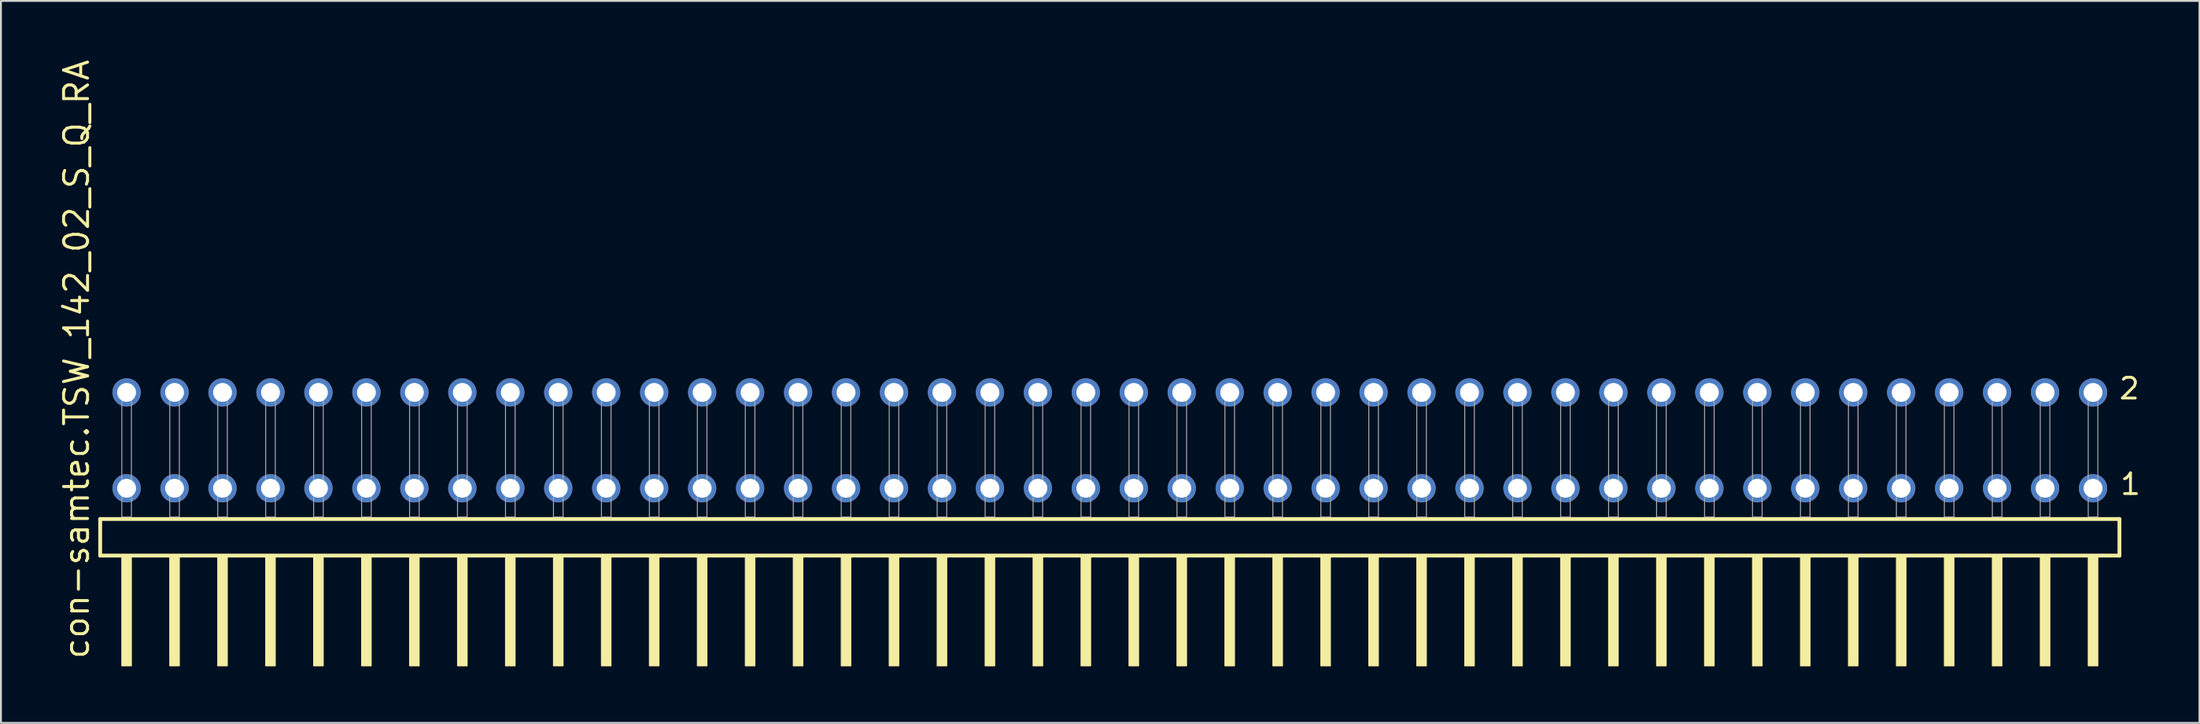
<source format=kicad_pcb>
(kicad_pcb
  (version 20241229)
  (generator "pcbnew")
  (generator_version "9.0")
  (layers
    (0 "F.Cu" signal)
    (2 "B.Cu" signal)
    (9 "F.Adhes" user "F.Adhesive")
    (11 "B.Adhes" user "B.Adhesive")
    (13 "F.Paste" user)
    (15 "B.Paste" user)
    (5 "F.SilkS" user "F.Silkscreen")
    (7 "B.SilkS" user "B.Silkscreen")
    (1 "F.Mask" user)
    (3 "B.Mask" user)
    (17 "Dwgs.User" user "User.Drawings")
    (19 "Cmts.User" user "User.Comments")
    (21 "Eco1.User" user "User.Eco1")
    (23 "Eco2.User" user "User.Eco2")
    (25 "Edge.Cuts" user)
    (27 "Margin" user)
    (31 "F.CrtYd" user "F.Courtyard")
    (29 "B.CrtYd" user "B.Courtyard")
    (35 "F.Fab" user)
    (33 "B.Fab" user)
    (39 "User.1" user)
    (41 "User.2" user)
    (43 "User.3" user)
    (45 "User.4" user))
  (footprint "con-samtec.TSW_142_02_S_Q_RA"
    (layer "F.Cu")
    (at 55.725 24.356)
    (property "Reference" "con-samtec.TSW_142_02_S_Q_RA" (at -53.975 7.62 90) (layer "F.SilkS") (effects (font (size 1.27 1.27) (thickness 0.16)) (justify left bottom)))
    (attr through_hole)
    (fp_line (start -53.469 0.106) (end -53.469 2.046) (stroke (width 0.203) (type default)) (layer "F.SilkS"))
    (fp_line (start -53.469 2.046) (end 53.469 2.046) (stroke (width 0.203) (type default)) (layer "F.SilkS"))
    (fp_line (start 53.469 0.106) (end -53.469 0.106) (stroke (width 0.203) (type default)) (layer "F.SilkS"))
    (fp_line (start 53.469 2.046) (end 53.469 0.106) (stroke (width 0.203) (type default)) (layer "F.SilkS"))
    (fp_rect (start -52.324 7.89) (end -51.816 2.04) (stroke (width 0.05) (type default)) (fill yes) (layer "F.SilkS"))
    (fp_rect (start -49.784 7.89) (end -49.276 2.04) (stroke (width 0.05) (type default)) (fill yes) (layer "F.SilkS"))
    (fp_rect (start -47.244 7.89) (end -46.736 2.04) (stroke (width 0.05) (type default)) (fill yes) (layer "F.SilkS"))
    (fp_rect (start -44.704 7.89) (end -44.196 2.04) (stroke (width 0.05) (type default)) (fill yes) (layer "F.SilkS"))
    (fp_rect (start -42.164 7.89) (end -41.656 2.04) (stroke (width 0.05) (type default)) (fill yes) (layer "F.SilkS"))
    (fp_rect (start -39.624 7.89) (end -39.116 2.04) (stroke (width 0.05) (type default)) (fill yes) (layer "F.SilkS"))
    (fp_rect (start -37.084 7.89) (end -36.576 2.04) (stroke (width 0.05) (type default)) (fill yes) (layer "F.SilkS"))
    (fp_rect (start -34.544 7.89) (end -34.036 2.04) (stroke (width 0.05) (type default)) (fill yes) (layer "F.SilkS"))
    (fp_rect (start -32.004 7.89) (end -31.496 2.04) (stroke (width 0.05) (type default)) (fill yes) (layer "F.SilkS"))
    (fp_rect (start -29.464 7.89) (end -28.956 2.04) (stroke (width 0.05) (type default)) (fill yes) (layer "F.SilkS"))
    (fp_rect (start -26.924 7.89) (end -26.416 2.04) (stroke (width 0.05) (type default)) (fill yes) (layer "F.SilkS"))
    (fp_rect (start -24.384 7.89) (end -23.876 2.04) (stroke (width 0.05) (type default)) (fill yes) (layer "F.SilkS"))
    (fp_rect (start -21.844 7.89) (end -21.336 2.04) (stroke (width 0.05) (type default)) (fill yes) (layer "F.SilkS"))
    (fp_rect (start -19.304 7.89) (end -18.796 2.04) (stroke (width 0.05) (type default)) (fill yes) (layer "F.SilkS"))
    (fp_rect (start -16.764 7.89) (end -16.256 2.04) (stroke (width 0.05) (type default)) (fill yes) (layer "F.SilkS"))
    (fp_rect (start -14.224 7.89) (end -13.716 2.04) (stroke (width 0.05) (type default)) (fill yes) (layer "F.SilkS"))
    (fp_rect (start -11.684 7.89) (end -11.176 2.04) (stroke (width 0.05) (type default)) (fill yes) (layer "F.SilkS"))
    (fp_rect (start -9.144 7.89) (end -8.636 2.04) (stroke (width 0.05) (type default)) (fill yes) (layer "F.SilkS"))
    (fp_rect (start -6.604 7.89) (end -6.096 2.04) (stroke (width 0.05) (type default)) (fill yes) (layer "F.SilkS"))
    (fp_rect (start -4.064 7.89) (end -3.556 2.04) (stroke (width 0.05) (type default)) (fill yes) (layer "F.SilkS"))
    (fp_rect (start -1.524 7.89) (end -1.016 2.04) (stroke (width 0.05) (type default)) (fill yes) (layer "F.SilkS"))
    (fp_rect (start 1.016 7.89) (end 1.524 2.04) (stroke (width 0.05) (type default)) (fill yes) (layer "F.SilkS"))
    (fp_rect (start 3.556 7.89) (end 4.064 2.04) (stroke (width 0.05) (type default)) (fill yes) (layer "F.SilkS"))
    (fp_rect (start 6.096 7.89) (end 6.604 2.04) (stroke (width 0.05) (type default)) (fill yes) (layer "F.SilkS"))
    (fp_rect (start 8.636 7.89) (end 9.144 2.04) (stroke (width 0.05) (type default)) (fill yes) (layer "F.SilkS"))
    (fp_rect (start 11.176 7.89) (end 11.684 2.04) (stroke (width 0.05) (type default)) (fill yes) (layer "F.SilkS"))
    (fp_rect (start 13.716 7.89) (end 14.224 2.04) (stroke (width 0.05) (type default)) (fill yes) (layer "F.SilkS"))
    (fp_rect (start 16.256 7.89) (end 16.764 2.04) (stroke (width 0.05) (type default)) (fill yes) (layer "F.SilkS"))
    (fp_rect (start 18.796 7.89) (end 19.304 2.04) (stroke (width 0.05) (type default)) (fill yes) (layer "F.SilkS"))
    (fp_rect (start 21.336 7.89) (end 21.844 2.04) (stroke (width 0.05) (type default)) (fill yes) (layer "F.SilkS"))
    (fp_rect (start 23.876 7.89) (end 24.384 2.04) (stroke (width 0.05) (type default)) (fill yes) (layer "F.SilkS"))
    (fp_rect (start 26.416 7.89) (end 26.924 2.04) (stroke (width 0.05) (type default)) (fill yes) (layer "F.SilkS"))
    (fp_rect (start 28.956 7.89) (end 29.464 2.04) (stroke (width 0.05) (type default)) (fill yes) (layer "F.SilkS"))
    (fp_rect (start 31.496 7.89) (end 32.004 2.04) (stroke (width 0.05) (type default)) (fill yes) (layer "F.SilkS"))
    (fp_rect (start 34.036 7.89) (end 34.544 2.04) (stroke (width 0.05) (type default)) (fill yes) (layer "F.SilkS"))
    (fp_rect (start 36.576 7.89) (end 37.084 2.04) (stroke (width 0.05) (type default)) (fill yes) (layer "F.SilkS"))
    (fp_rect (start 39.116 7.89) (end 39.624 2.04) (stroke (width 0.05) (type default)) (fill yes) (layer "F.SilkS"))
    (fp_rect (start 41.656 7.89) (end 42.164 2.04) (stroke (width 0.05) (type default)) (fill yes) (layer "F.SilkS"))
    (fp_rect (start 44.196 7.89) (end 44.704 2.04) (stroke (width 0.05) (type default)) (fill yes) (layer "F.SilkS"))
    (fp_rect (start 46.736 7.89) (end 47.244 2.04) (stroke (width 0.05) (type default)) (fill yes) (layer "F.SilkS"))
    (fp_rect (start 49.276 7.89) (end 49.784 2.04) (stroke (width 0.05) (type default)) (fill yes) (layer "F.SilkS"))
    (fp_rect (start 51.816 7.89) (end 52.324 2.04) (stroke (width 0.05) (type default)) (fill yes) (layer "F.SilkS"))
    (fp_rect (start -52.324 0) (end -51.816 -6.858) (stroke (width 0.05) (type default)) (fill no) (layer "F.Fab"))
    (fp_rect (start -49.784 0) (end -49.276 -6.858) (stroke (width 0.05) (type default)) (fill no) (layer "F.Fab"))
    (fp_rect (start -47.244 0) (end -46.736 -6.858) (stroke (width 0.05) (type default)) (fill no) (layer "F.Fab"))
    (fp_rect (start -44.704 0) (end -44.196 -6.858) (stroke (width 0.05) (type default)) (fill no) (layer "F.Fab"))
    (fp_rect (start -42.164 0) (end -41.656 -6.858) (stroke (width 0.05) (type default)) (fill no) (layer "F.Fab"))
    (fp_rect (start -39.624 0) (end -39.116 -6.858) (stroke (width 0.05) (type default)) (fill no) (layer "F.Fab"))
    (fp_rect (start -37.084 0) (end -36.576 -6.858) (stroke (width 0.05) (type default)) (fill no) (layer "F.Fab"))
    (fp_rect (start -34.544 0) (end -34.036 -6.858) (stroke (width 0.05) (type default)) (fill no) (layer "F.Fab"))
    (fp_rect (start -32.004 0) (end -31.496 -6.858) (stroke (width 0.05) (type default)) (fill no) (layer "F.Fab"))
    (fp_rect (start -29.464 0) (end -28.956 -6.858) (stroke (width 0.05) (type default)) (fill no) (layer "F.Fab"))
    (fp_rect (start -26.924 0) (end -26.416 -6.858) (stroke (width 0.05) (type default)) (fill no) (layer "F.Fab"))
    (fp_rect (start -24.384 0) (end -23.876 -6.858) (stroke (width 0.05) (type default)) (fill no) (layer "F.Fab"))
    (fp_rect (start -21.844 0) (end -21.336 -6.858) (stroke (width 0.05) (type default)) (fill no) (layer "F.Fab"))
    (fp_rect (start -19.304 0) (end -18.796 -6.858) (stroke (width 0.05) (type default)) (fill no) (layer "F.Fab"))
    (fp_rect (start -16.764 0) (end -16.256 -6.858) (stroke (width 0.05) (type default)) (fill no) (layer "F.Fab"))
    (fp_rect (start -14.224 0) (end -13.716 -6.858) (stroke (width 0.05) (type default)) (fill no) (layer "F.Fab"))
    (fp_rect (start -11.684 0) (end -11.176 -6.858) (stroke (width 0.05) (type default)) (fill no) (layer "F.Fab"))
    (fp_rect (start -9.144 0) (end -8.636 -6.858) (stroke (width 0.05) (type default)) (fill no) (layer "F.Fab"))
    (fp_rect (start -6.604 0) (end -6.096 -6.858) (stroke (width 0.05) (type default)) (fill no) (layer "F.Fab"))
    (fp_rect (start -4.064 0) (end -3.556 -6.858) (stroke (width 0.05) (type default)) (fill no) (layer "F.Fab"))
    (fp_rect (start -1.524 0) (end -1.016 -6.858) (stroke (width 0.05) (type default)) (fill no) (layer "F.Fab"))
    (fp_rect (start 1.016 0) (end 1.524 -6.858) (stroke (width 0.05) (type default)) (fill no) (layer "F.Fab"))
    (fp_rect (start 3.556 0) (end 4.064 -6.858) (stroke (width 0.05) (type default)) (fill no) (layer "F.Fab"))
    (fp_rect (start 6.096 0) (end 6.604 -6.858) (stroke (width 0.05) (type default)) (fill no) (layer "F.Fab"))
    (fp_rect (start 8.636 0) (end 9.144 -6.858) (stroke (width 0.05) (type default)) (fill no) (layer "F.Fab"))
    (fp_rect (start 11.176 0) (end 11.684 -6.858) (stroke (width 0.05) (type default)) (fill no) (layer "F.Fab"))
    (fp_rect (start 13.716 0) (end 14.224 -6.858) (stroke (width 0.05) (type default)) (fill no) (layer "F.Fab"))
    (fp_rect (start 16.256 0) (end 16.764 -6.858) (stroke (width 0.05) (type default)) (fill no) (layer "F.Fab"))
    (fp_rect (start 18.796 0) (end 19.304 -6.858) (stroke (width 0.05) (type default)) (fill no) (layer "F.Fab"))
    (fp_rect (start 21.336 0) (end 21.844 -6.858) (stroke (width 0.05) (type default)) (fill no) (layer "F.Fab"))
    (fp_rect (start 23.876 0) (end 24.384 -6.858) (stroke (width 0.05) (type default)) (fill no) (layer "F.Fab"))
    (fp_rect (start 26.416 0) (end 26.924 -6.858) (stroke (width 0.05) (type default)) (fill no) (layer "F.Fab"))
    (fp_rect (start 28.956 0) (end 29.464 -6.858) (stroke (width 0.05) (type default)) (fill no) (layer "F.Fab"))
    (fp_rect (start 31.496 0) (end 32.004 -6.858) (stroke (width 0.05) (type default)) (fill no) (layer "F.Fab"))
    (fp_rect (start 34.036 0) (end 34.544 -6.858) (stroke (width 0.05) (type default)) (fill no) (layer "F.Fab"))
    (fp_rect (start 36.576 0) (end 37.084 -6.858) (stroke (width 0.05) (type default)) (fill no) (layer "F.Fab"))
    (fp_rect (start 39.116 0) (end 39.624 -6.858) (stroke (width 0.05) (type default)) (fill no) (layer "F.Fab"))
    (fp_rect (start 41.656 0) (end 42.164 -6.858) (stroke (width 0.05) (type default)) (fill no) (layer "F.Fab"))
    (fp_rect (start 44.196 0) (end 44.704 -6.858) (stroke (width 0.05) (type default)) (fill no) (layer "F.Fab"))
    (fp_rect (start 46.736 0) (end 47.244 -6.858) (stroke (width 0.05) (type default)) (fill no) (layer "F.Fab"))
    (fp_rect (start 49.276 0) (end 49.784 -6.858) (stroke (width 0.05) (type default)) (fill no) (layer "F.Fab"))
    (fp_rect (start 51.816 0) (end 52.324 -6.858) (stroke (width 0.05) (type default)) (fill no) (layer "F.Fab"))
    (fp_text user "2" (at 53.37 -6.165 0) (layer "F.SilkS") (effects (font (size 1.1 1.1) (thickness 0.15)) (justify left bottom)))
    (fp_text user "1" (at 53.43 -1.1 0) (layer "F.SilkS") (effects (font (size 1.1 1.1) (thickness 0.15)) (justify left bottom)))
    (pad "1" thru_hole circle (at 52.07 -1.524 180) (size 1.5 1.5) (drill 1) (layers "*.Cu" "*.Mask"))
    (pad "2" thru_hole circle (at 52.07 -6.604 180) (size 1.5 1.5) (drill 1) (layers "*.Cu" "*.Mask"))
    (pad "3" thru_hole circle (at 49.53 -1.524 180) (size 1.5 1.5) (drill 1) (layers "*.Cu" "*.Mask"))
    (pad "4" thru_hole circle (at 49.53 -6.604 180) (size 1.5 1.5) (drill 1) (layers "*.Cu" "*.Mask"))
    (pad "5" thru_hole circle (at 46.99 -1.524 180) (size 1.5 1.5) (drill 1) (layers "*.Cu" "*.Mask"))
    (pad "6" thru_hole circle (at 46.99 -6.604 180) (size 1.5 1.5) (drill 1) (layers "*.Cu" "*.Mask"))
    (pad "7" thru_hole circle (at 44.45 -1.524 180) (size 1.5 1.5) (drill 1) (layers "*.Cu" "*.Mask"))
    (pad "8" thru_hole circle (at 44.45 -6.604 180) (size 1.5 1.5) (drill 1) (layers "*.Cu" "*.Mask"))
    (pad "9" thru_hole circle (at 41.91 -1.524 180) (size 1.5 1.5) (drill 1) (layers "*.Cu" "*.Mask"))
    (pad "10" thru_hole circle (at 41.91 -6.604 180) (size 1.5 1.5) (drill 1) (layers "*.Cu" "*.Mask"))
    (pad "11" thru_hole circle (at 39.37 -1.524 180) (size 1.5 1.5) (drill 1) (layers "*.Cu" "*.Mask"))
    (pad "12" thru_hole circle (at 39.37 -6.604 180) (size 1.5 1.5) (drill 1) (layers "*.Cu" "*.Mask"))
    (pad "13" thru_hole circle (at 36.83 -1.524 180) (size 1.5 1.5) (drill 1) (layers "*.Cu" "*.Mask"))
    (pad "14" thru_hole circle (at 36.83 -6.604 180) (size 1.5 1.5) (drill 1) (layers "*.Cu" "*.Mask"))
    (pad "15" thru_hole circle (at 34.29 -1.524 180) (size 1.5 1.5) (drill 1) (layers "*.Cu" "*.Mask"))
    (pad "16" thru_hole circle (at 34.29 -6.604 180) (size 1.5 1.5) (drill 1) (layers "*.Cu" "*.Mask"))
    (pad "17" thru_hole circle (at 31.75 -1.524 180) (size 1.5 1.5) (drill 1) (layers "*.Cu" "*.Mask"))
    (pad "18" thru_hole circle (at 31.75 -6.604 180) (size 1.5 1.5) (drill 1) (layers "*.Cu" "*.Mask"))
    (pad "19" thru_hole circle (at 29.21 -1.524 180) (size 1.5 1.5) (drill 1) (layers "*.Cu" "*.Mask"))
    (pad "20" thru_hole circle (at 29.21 -6.604 180) (size 1.5 1.5) (drill 1) (layers "*.Cu" "*.Mask"))
    (pad "21" thru_hole circle (at 26.67 -1.524 180) (size 1.5 1.5) (drill 1) (layers "*.Cu" "*.Mask"))
    (pad "22" thru_hole circle (at 26.67 -6.604 180) (size 1.5 1.5) (drill 1) (layers "*.Cu" "*.Mask"))
    (pad "23" thru_hole circle (at 24.13 -1.524 180) (size 1.5 1.5) (drill 1) (layers "*.Cu" "*.Mask"))
    (pad "24" thru_hole circle (at 24.13 -6.604 180) (size 1.5 1.5) (drill 1) (layers "*.Cu" "*.Mask"))
    (pad "25" thru_hole circle (at 21.59 -1.524 180) (size 1.5 1.5) (drill 1) (layers "*.Cu" "*.Mask"))
    (pad "26" thru_hole circle (at 21.59 -6.604 180) (size 1.5 1.5) (drill 1) (layers "*.Cu" "*.Mask"))
    (pad "27" thru_hole circle (at 19.05 -1.524 180) (size 1.5 1.5) (drill 1) (layers "*.Cu" "*.Mask"))
    (pad "28" thru_hole circle (at 19.05 -6.604 180) (size 1.5 1.5) (drill 1) (layers "*.Cu" "*.Mask"))
    (pad "29" thru_hole circle (at 16.51 -1.524 180) (size 1.5 1.5) (drill 1) (layers "*.Cu" "*.Mask"))
    (pad "30" thru_hole circle (at 16.51 -6.604 180) (size 1.5 1.5) (drill 1) (layers "*.Cu" "*.Mask"))
    (pad "31" thru_hole circle (at 13.97 -1.524 180) (size 1.5 1.5) (drill 1) (layers "*.Cu" "*.Mask"))
    (pad "32" thru_hole circle (at 13.97 -6.604 180) (size 1.5 1.5) (drill 1) (layers "*.Cu" "*.Mask"))
    (pad "33" thru_hole circle (at 11.43 -1.524 180) (size 1.5 1.5) (drill 1) (layers "*.Cu" "*.Mask"))
    (pad "34" thru_hole circle (at 11.43 -6.604 180) (size 1.5 1.5) (drill 1) (layers "*.Cu" "*.Mask"))
    (pad "35" thru_hole circle (at 8.89 -1.524 180) (size 1.5 1.5) (drill 1) (layers "*.Cu" "*.Mask"))
    (pad "36" thru_hole circle (at 8.89 -6.604 180) (size 1.5 1.5) (drill 1) (layers "*.Cu" "*.Mask"))
    (pad "37" thru_hole circle (at 6.35 -1.524 180) (size 1.5 1.5) (drill 1) (layers "*.Cu" "*.Mask"))
    (pad "38" thru_hole circle (at 6.35 -6.604 180) (size 1.5 1.5) (drill 1) (layers "*.Cu" "*.Mask"))
    (pad "39" thru_hole circle (at 3.81 -1.524 180) (size 1.5 1.5) (drill 1) (layers "*.Cu" "*.Mask"))
    (pad "40" thru_hole circle (at 3.81 -6.604 180) (size 1.5 1.5) (drill 1) (layers "*.Cu" "*.Mask"))
    (pad "41" thru_hole circle (at 1.27 -1.524 180) (size 1.5 1.5) (drill 1) (layers "*.Cu" "*.Mask"))
    (pad "42" thru_hole circle (at 1.27 -6.604 180) (size 1.5 1.5) (drill 1) (layers "*.Cu" "*.Mask"))
    (pad "43" thru_hole circle (at -1.27 -1.524 180) (size 1.5 1.5) (drill 1) (layers "*.Cu" "*.Mask"))
    (pad "44" thru_hole circle (at -1.27 -6.604 180) (size 1.5 1.5) (drill 1) (layers "*.Cu" "*.Mask"))
    (pad "45" thru_hole circle (at -3.81 -1.524 180) (size 1.5 1.5) (drill 1) (layers "*.Cu" "*.Mask"))
    (pad "46" thru_hole circle (at -3.81 -6.604 180) (size 1.5 1.5) (drill 1) (layers "*.Cu" "*.Mask"))
    (pad "47" thru_hole circle (at -6.35 -1.524 180) (size 1.5 1.5) (drill 1) (layers "*.Cu" "*.Mask"))
    (pad "48" thru_hole circle (at -6.35 -6.604 180) (size 1.5 1.5) (drill 1) (layers "*.Cu" "*.Mask"))
    (pad "49" thru_hole circle (at -8.89 -1.524 180) (size 1.5 1.5) (drill 1) (layers "*.Cu" "*.Mask"))
    (pad "50" thru_hole circle (at -8.89 -6.604 180) (size 1.5 1.5) (drill 1) (layers "*.Cu" "*.Mask"))
    (pad "51" thru_hole circle (at -11.43 -1.524 180) (size 1.5 1.5) (drill 1) (layers "*.Cu" "*.Mask"))
    (pad "52" thru_hole circle (at -11.43 -6.604 180) (size 1.5 1.5) (drill 1) (layers "*.Cu" "*.Mask"))
    (pad "53" thru_hole circle (at -13.97 -1.524 180) (size 1.5 1.5) (drill 1) (layers "*.Cu" "*.Mask"))
    (pad "54" thru_hole circle (at -13.97 -6.604 180) (size 1.5 1.5) (drill 1) (layers "*.Cu" "*.Mask"))
    (pad "55" thru_hole circle (at -16.51 -1.524 180) (size 1.5 1.5) (drill 1) (layers "*.Cu" "*.Mask"))
    (pad "56" thru_hole circle (at -16.51 -6.604 180) (size 1.5 1.5) (drill 1) (layers "*.Cu" "*.Mask"))
    (pad "57" thru_hole circle (at -19.05 -1.524 180) (size 1.5 1.5) (drill 1) (layers "*.Cu" "*.Mask"))
    (pad "58" thru_hole circle (at -19.05 -6.604 180) (size 1.5 1.5) (drill 1) (layers "*.Cu" "*.Mask"))
    (pad "59" thru_hole circle (at -21.59 -1.524 180) (size 1.5 1.5) (drill 1) (layers "*.Cu" "*.Mask"))
    (pad "60" thru_hole circle (at -21.59 -6.604 180) (size 1.5 1.5) (drill 1) (layers "*.Cu" "*.Mask"))
    (pad "61" thru_hole circle (at -24.13 -1.524 180) (size 1.5 1.5) (drill 1) (layers "*.Cu" "*.Mask"))
    (pad "62" thru_hole circle (at -24.13 -6.604 180) (size 1.5 1.5) (drill 1) (layers "*.Cu" "*.Mask"))
    (pad "63" thru_hole circle (at -26.67 -1.524 180) (size 1.5 1.5) (drill 1) (layers "*.Cu" "*.Mask"))
    (pad "64" thru_hole circle (at -26.67 -6.604 180) (size 1.5 1.5) (drill 1) (layers "*.Cu" "*.Mask"))
    (pad "65" thru_hole circle (at -29.21 -1.524 180) (size 1.5 1.5) (drill 1) (layers "*.Cu" "*.Mask"))
    (pad "66" thru_hole circle (at -29.21 -6.604 180) (size 1.5 1.5) (drill 1) (layers "*.Cu" "*.Mask"))
    (pad "67" thru_hole circle (at -31.75 -1.524 180) (size 1.5 1.5) (drill 1) (layers "*.Cu" "*.Mask"))
    (pad "68" thru_hole circle (at -31.75 -6.604 180) (size 1.5 1.5) (drill 1) (layers "*.Cu" "*.Mask"))
    (pad "69" thru_hole circle (at -34.29 -1.524 180) (size 1.5 1.5) (drill 1) (layers "*.Cu" "*.Mask"))
    (pad "70" thru_hole circle (at -34.29 -6.604 180) (size 1.5 1.5) (drill 1) (layers "*.Cu" "*.Mask"))
    (pad "71" thru_hole circle (at -36.83 -1.524 180) (size 1.5 1.5) (drill 1) (layers "*.Cu" "*.Mask"))
    (pad "72" thru_hole circle (at -36.83 -6.604 180) (size 1.5 1.5) (drill 1) (layers "*.Cu" "*.Mask"))
    (pad "73" thru_hole circle (at -39.37 -1.524 180) (size 1.5 1.5) (drill 1) (layers "*.Cu" "*.Mask"))
    (pad "74" thru_hole circle (at -39.37 -6.604 180) (size 1.5 1.5) (drill 1) (layers "*.Cu" "*.Mask"))
    (pad "75" thru_hole circle (at -41.91 -1.524 180) (size 1.5 1.5) (drill 1) (layers "*.Cu" "*.Mask"))
    (pad "76" thru_hole circle (at -41.91 -6.604 180) (size 1.5 1.5) (drill 1) (layers "*.Cu" "*.Mask"))
    (pad "77" thru_hole circle (at -44.45 -1.524 180) (size 1.5 1.5) (drill 1) (layers "*.Cu" "*.Mask"))
    (pad "78" thru_hole circle (at -44.45 -6.604 180) (size 1.5 1.5) (drill 1) (layers "*.Cu" "*.Mask"))
    (pad "79" thru_hole circle (at -46.99 -1.524 180) (size 1.5 1.5) (drill 1) (layers "*.Cu" "*.Mask"))
    (pad "80" thru_hole circle (at -46.99 -6.604 180) (size 1.5 1.5) (drill 1) (layers "*.Cu" "*.Mask"))
    (pad "81" thru_hole circle (at -49.53 -1.524 180) (size 1.5 1.5) (drill 1) (layers "*.Cu" "*.Mask"))
    (pad "82" thru_hole circle (at -49.53 -6.604 180) (size 1.5 1.5) (drill 1) (layers "*.Cu" "*.Mask"))
    (pad "83" thru_hole circle (at -52.07 -1.524 180) (size 1.5 1.5) (drill 1) (layers "*.Cu" "*.Mask"))
    (pad "84" thru_hole circle (at -52.07 -6.604 180) (size 1.5 1.5) (drill 1) (layers "*.Cu" "*.Mask")))
  (gr_rect
    (start -3 -3)
    (end 113.433 35.271)
    (stroke (width 0.1) (type default))
    (fill no)
    (layer "Edge.Cuts")))
</source>
